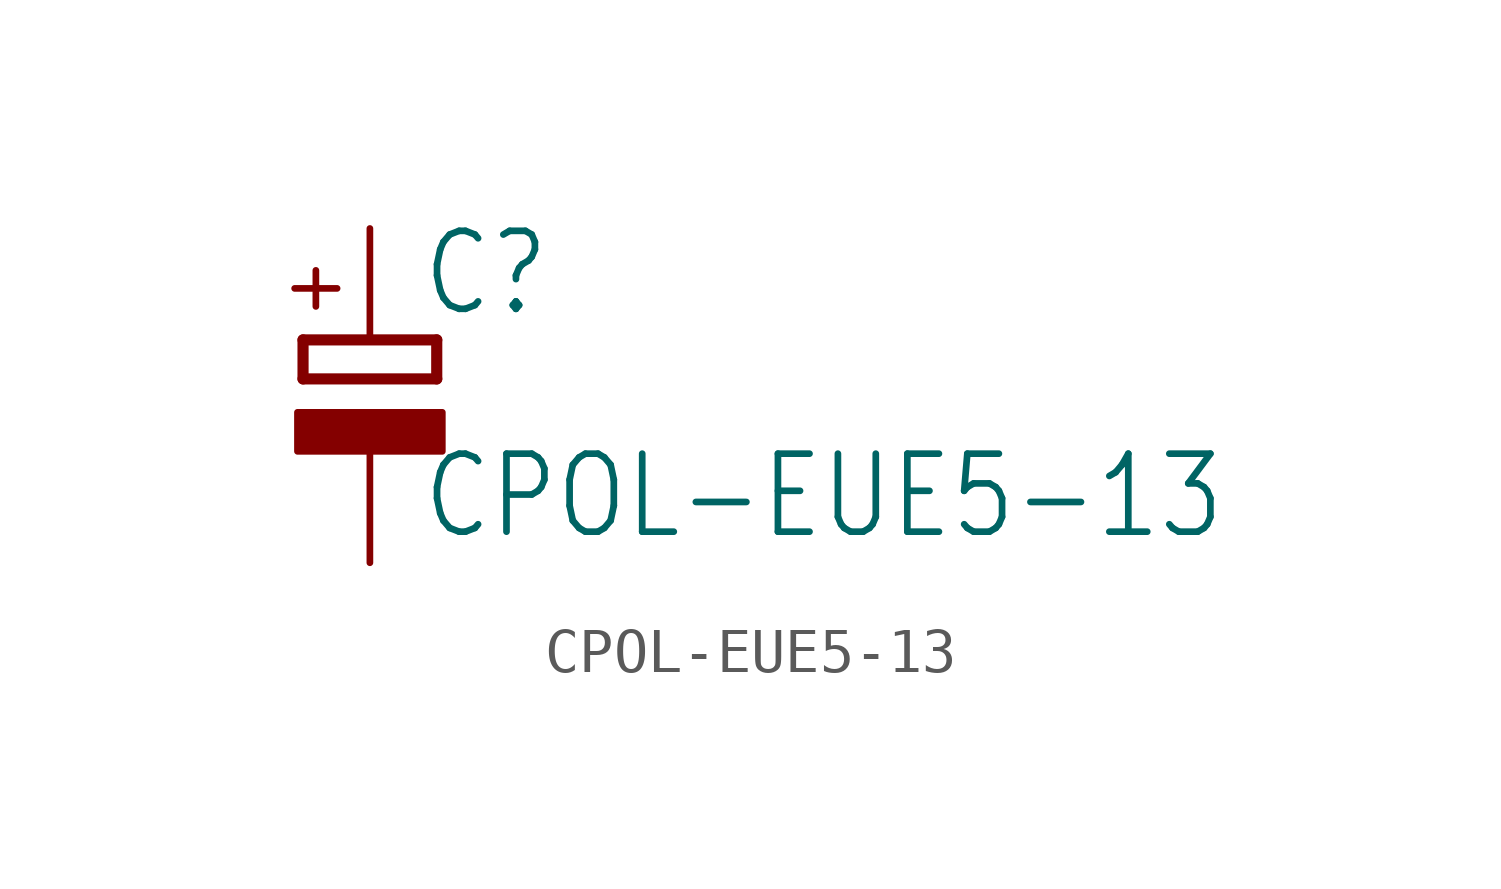
<source format=kicad_sym>
(kicad_symbol_lib
  (version 20220331)
  (generator kicad_symbol_editor)
  (symbol "CPOL-EUE5-13"
    (property "Reference" "C"
      (at 1.143 0.483 0)
      (effects (font (size 1.778 1.511)) (justify left bottom)))
    (property "Value" "CPOL-EUE5-13"
      (at 1.143 -4.597 0)
      (effects (font (size 1.778 1.511)) (justify left bottom)))
    (property "ki_locked" ""
      (at 0 0 0)
      (effects (font (size 1.27 1.27))))
    (symbol "CPOL-EUE5-13_1_0"
      (rectangle (start -1.651 -2.54) (end 1.651 -1.651) (stroke (width 0) (type default)) (fill (type outline)))
      (polyline (pts (xy -1.524 -0.889) (xy 1.524 -0.889)) (stroke (width 0.254) (type solid)) (fill (type none)))
      (polyline (pts (xy -1.524 0) (xy -1.524 -0.889)) (stroke (width 0.254) (type solid)) (fill (type none)))
      (polyline (pts (xy -1.524 0) (xy 1.524 0)) (stroke (width 0.254) (type solid)) (fill (type none)))
      (polyline (pts (xy 1.524 -0.889) (xy 1.524 0)) (stroke (width 0.254) (type solid)) (fill (type none)))
      (text "+" (at -0.584 0.406 900) (effects (font (size 1.27 1.079)) (justify left bottom)))
      (pin passive line (at 0 2.54 270) (length 2.54) (name "+" (effects (font (size 0 0)))) (number "+" (effects (font (size 0 0)))))
      (pin passive line (at 0 -5.08 90) (length 2.54) (name "-" (effects (font (size 0 0)))) (number "-" (effects (font (size 0 0))))))))
</source>
